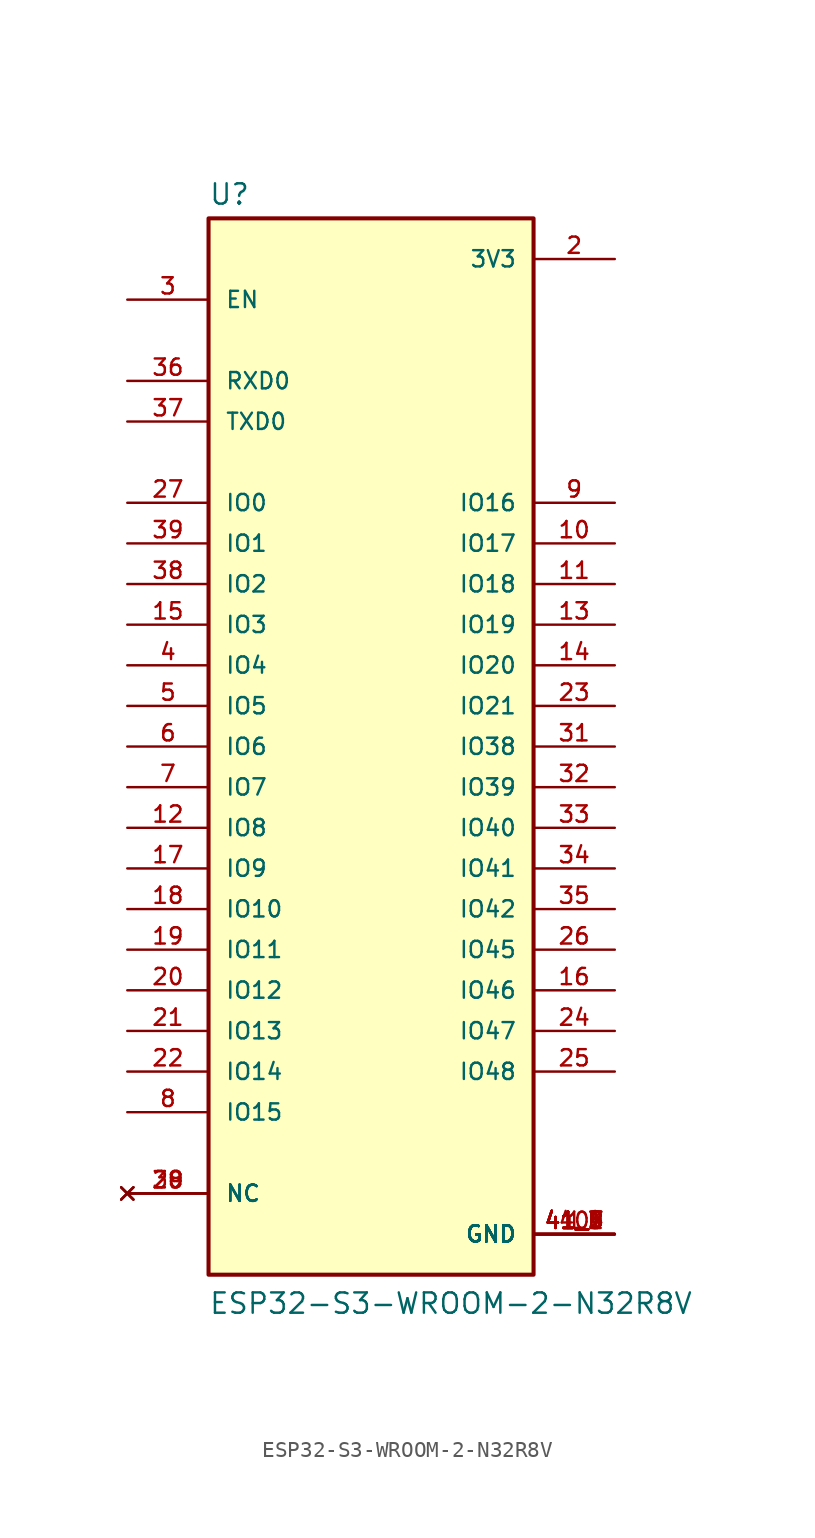
<source format=kicad_sym>
(kicad_symbol_lib
  (version 20211014)
  (generator kicad_symbol_editor)
  (symbol "ESP32-S3-WROOM-2-N32R8V"
    (pin_names
      (offset 1.016))
    (property "Reference" "U"
      (at -10.16 33.782 0)
      (effects (font (size 1.27 1.27)) (justify bottom left)))
    (property "Value" "ESP32-S3-WROOM-2-N32R8V"
      (at -10.16 -35.56 0)
      (effects (font (size 1.27 1.27)) (justify bottom left)))
    (symbol "ESP32-S3-WROOM-2-N32R8V_0_0"
      (rectangle (start -10.16 -33.02) (end 10.16 33.02) (stroke (width 0.254)) (fill (type background)))
      (pin power_in line (at 15.24 -30.48 180.0) (length 5.08) (name "GND" (effects (font (size 1.016 1.016)))) (number "1" (effects (font (size 1.016 1.016)))))
      (pin power_in line (at 15.24 -30.48 180.0) (length 5.08) (name "GND" (effects (font (size 1.016 1.016)))) (number "40" (effects (font (size 1.016 1.016)))))
      (pin power_in line (at 15.24 -30.48 180.0) (length 5.08) (name "GND" (effects (font (size 1.016 1.016)))) (number "41_1" (effects (font (size 1.016 1.016)))))
      (pin power_in line (at 15.24 -30.48 180.0) (length 5.08) (name "GND" (effects (font (size 1.016 1.016)))) (number "41_2" (effects (font (size 1.016 1.016)))))
      (pin power_in line (at 15.24 -30.48 180.0) (length 5.08) (name "GND" (effects (font (size 1.016 1.016)))) (number "41_3" (effects (font (size 1.016 1.016)))))
      (pin power_in line (at 15.24 -30.48 180.0) (length 5.08) (name "GND" (effects (font (size 1.016 1.016)))) (number "41_4" (effects (font (size 1.016 1.016)))))
      (pin power_in line (at 15.24 -30.48 180.0) (length 5.08) (name "GND" (effects (font (size 1.016 1.016)))) (number "41_5" (effects (font (size 1.016 1.016)))))
      (pin power_in line (at 15.24 -30.48 180.0) (length 5.08) (name "GND" (effects (font (size 1.016 1.016)))) (number "41_6" (effects (font (size 1.016 1.016)))))
      (pin power_in line (at 15.24 -30.48 180.0) (length 5.08) (name "GND" (effects (font (size 1.016 1.016)))) (number "41_7" (effects (font (size 1.016 1.016)))))
      (pin power_in line (at 15.24 -30.48 180.0) (length 5.08) (name "GND" (effects (font (size 1.016 1.016)))) (number "41_8" (effects (font (size 1.016 1.016)))))
      (pin power_in line (at 15.24 -30.48 180.0) (length 5.08) (name "GND" (effects (font (size 1.016 1.016)))) (number "41_9" (effects (font (size 1.016 1.016)))))
      (pin power_in line (at 15.24 30.48 180.0) (length 5.08) (name "3V3" (effects (font (size 1.016 1.016)))) (number "2" (effects (font (size 1.016 1.016)))))
      (pin input line (at -15.24 27.94 0) (length 5.08) (name "EN" (effects (font (size 1.016 1.016)))) (number "3" (effects (font (size 1.016 1.016)))))
      (pin bidirectional line (at 15.24 -7.62 180.0) (length 5.08) (name "IO41" (effects (font (size 1.016 1.016)))) (number "34" (effects (font (size 1.016 1.016)))))
      (pin bidirectional line (at 15.24 -2.54 180.0) (length 5.08) (name "IO39" (effects (font (size 1.016 1.016)))) (number "32" (effects (font (size 1.016 1.016)))))
      (pin bidirectional line (at 15.24 -5.08 180.0) (length 5.08) (name "IO40" (effects (font (size 1.016 1.016)))) (number "33" (effects (font (size 1.016 1.016)))))
      (pin bidirectional line (at -15.24 -20.32 0) (length 5.08) (name "IO14" (effects (font (size 1.016 1.016)))) (number "22" (effects (font (size 1.016 1.016)))))
      (pin bidirectional line (at -15.24 -15.24 0) (length 5.08) (name "IO12" (effects (font (size 1.016 1.016)))) (number "20" (effects (font (size 1.016 1.016)))))
      (pin bidirectional line (at -15.24 -17.78 0) (length 5.08) (name "IO13" (effects (font (size 1.016 1.016)))) (number "21" (effects (font (size 1.016 1.016)))))
      (pin bidirectional line (at -15.24 -22.86 0) (length 5.08) (name "IO15" (effects (font (size 1.016 1.016)))) (number "8" (effects (font (size 1.016 1.016)))))
      (pin bidirectional line (at -15.24 10.16 0) (length 5.08) (name "IO2" (effects (font (size 1.016 1.016)))) (number "38" (effects (font (size 1.016 1.016)))))
      (pin bidirectional line (at -15.24 15.24 0) (length 5.08) (name "IO0" (effects (font (size 1.016 1.016)))) (number "27" (effects (font (size 1.016 1.016)))))
      (pin bidirectional line (at -15.24 5.08 0) (length 5.08) (name "IO4" (effects (font (size 1.016 1.016)))) (number "4" (effects (font (size 1.016 1.016)))))
      (pin bidirectional line (at 15.24 15.24 180.0) (length 5.08) (name "IO16" (effects (font (size 1.016 1.016)))) (number "9" (effects (font (size 1.016 1.016)))))
      (pin bidirectional line (at 15.24 12.7 180.0) (length 5.08) (name "IO17" (effects (font (size 1.016 1.016)))) (number "10" (effects (font (size 1.016 1.016)))))
      (pin bidirectional line (at -15.24 2.54 0) (length 5.08) (name "IO5" (effects (font (size 1.016 1.016)))) (number "5" (effects (font (size 1.016 1.016)))))
      (pin bidirectional line (at 15.24 10.16 180.0) (length 5.08) (name "IO18" (effects (font (size 1.016 1.016)))) (number "11" (effects (font (size 1.016 1.016)))))
      (pin bidirectional line (at 15.24 7.62 180.0) (length 5.08) (name "IO19" (effects (font (size 1.016 1.016)))) (number "13" (effects (font (size 1.016 1.016)))))
      (pin bidirectional line (at 15.24 2.54 180.0) (length 5.08) (name "IO21" (effects (font (size 1.016 1.016)))) (number "23" (effects (font (size 1.016 1.016)))))
      (pin bidirectional line (at 15.24 0.0 180.0) (length 5.08) (name "IO38" (effects (font (size 1.016 1.016)))) (number "31" (effects (font (size 1.016 1.016)))))
      (pin bidirectional line (at -15.24 12.7 0) (length 5.08) (name "IO1" (effects (font (size 1.016 1.016)))) (number "39" (effects (font (size 1.016 1.016)))))
      (pin bidirectional line (at -15.24 7.62 0) (length 5.08) (name "IO3" (effects (font (size 1.016 1.016)))) (number "15" (effects (font (size 1.016 1.016)))))
      (pin bidirectional line (at -15.24 0.0 0) (length 5.08) (name "IO6" (effects (font (size 1.016 1.016)))) (number "6" (effects (font (size 1.016 1.016)))))
      (pin bidirectional line (at -15.24 -2.54 0) (length 5.08) (name "IO7" (effects (font (size 1.016 1.016)))) (number "7" (effects (font (size 1.016 1.016)))))
      (pin bidirectional line (at -15.24 -5.08 0) (length 5.08) (name "IO8" (effects (font (size 1.016 1.016)))) (number "12" (effects (font (size 1.016 1.016)))))
      (pin bidirectional line (at -15.24 -7.62 0) (length 5.08) (name "IO9" (effects (font (size 1.016 1.016)))) (number "17" (effects (font (size 1.016 1.016)))))
      (pin bidirectional line (at -15.24 -10.16 0) (length 5.08) (name "IO10" (effects (font (size 1.016 1.016)))) (number "18" (effects (font (size 1.016 1.016)))))
      (pin bidirectional line (at -15.24 -12.7 0) (length 5.08) (name "IO11" (effects (font (size 1.016 1.016)))) (number "19" (effects (font (size 1.016 1.016)))))
      (pin bidirectional line (at 15.24 -10.16 180.0) (length 5.08) (name "IO42" (effects (font (size 1.016 1.016)))) (number "35" (effects (font (size 1.016 1.016)))))
      (pin bidirectional line (at 15.24 5.08 180.0) (length 5.08) (name "IO20" (effects (font (size 1.016 1.016)))) (number "14" (effects (font (size 1.016 1.016)))))
      (pin bidirectional line (at -15.24 20.32 0) (length 5.08) (name "TXD0" (effects (font (size 1.016 1.016)))) (number "37" (effects (font (size 1.016 1.016)))))
      (pin bidirectional line (at -15.24 22.86 0) (length 5.08) (name "RXD0" (effects (font (size 1.016 1.016)))) (number "36" (effects (font (size 1.016 1.016)))))
      (pin bidirectional line (at 15.24 -12.7 180.0) (length 5.08) (name "IO45" (effects (font (size 1.016 1.016)))) (number "26" (effects (font (size 1.016 1.016)))))
      (pin bidirectional line (at 15.24 -15.24 180.0) (length 5.08) (name "IO46" (effects (font (size 1.016 1.016)))) (number "16" (effects (font (size 1.016 1.016)))))
      (pin bidirectional line (at 15.24 -17.78 180.0) (length 5.08) (name "IO47" (effects (font (size 1.016 1.016)))) (number "24" (effects (font (size 1.016 1.016)))))
      (pin bidirectional line (at 15.24 -20.32 180.0) (length 5.08) (name "IO48" (effects (font (size 1.016 1.016)))) (number "25" (effects (font (size 1.016 1.016)))))
      (pin no_connect line (at -15.24 -27.94 0) (length 5.08) (name "NC" (effects (font (size 1.016 1.016)))) (number "28" (effects (font (size 1.016 1.016)))))
      (pin no_connect line (at -15.24 -27.94 0) (length 5.08) (name "NC" (effects (font (size 1.016 1.016)))) (number "29" (effects (font (size 1.016 1.016)))))
      (pin no_connect line (at -15.24 -27.94 0) (length 5.08) (name "NC" (effects (font (size 1.016 1.016)))) (number "30" (effects (font (size 1.016 1.016))))))))
</source>
